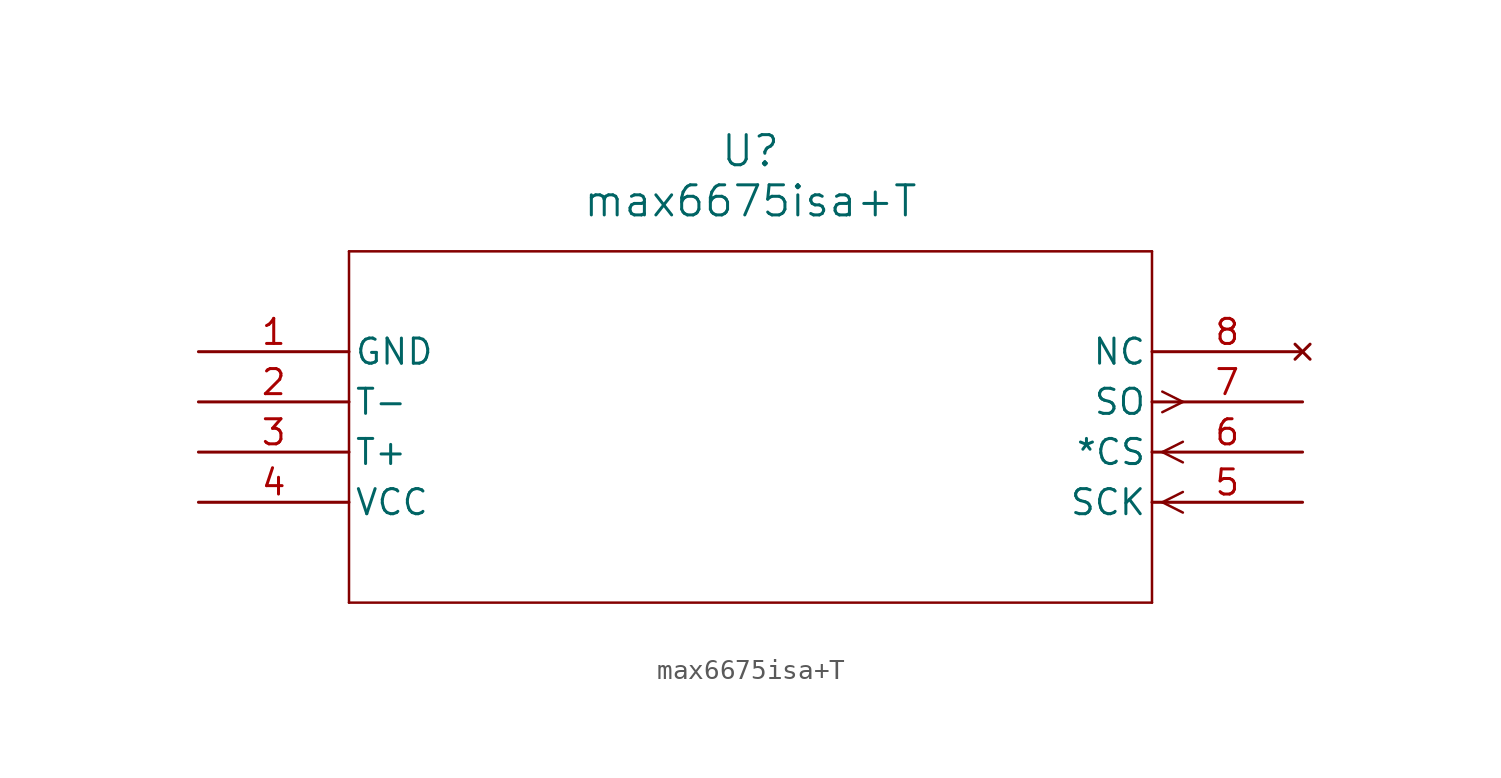
<source format=kicad_sym>
(kicad_symbol_lib
  (version 20211014)
  (generator kicad_symbol_editor)
  (symbol "max6675isa+T"
    (pin_names
      (offset 0.254))
    (property "Reference" "U"
      (at 27.94 10.16 0)
      (effects (font (size 1.524 1.524))))
    (property "Value" "max6675isa+T"
      (at 27.94 7.62 0)
      (effects (font (size 1.524 1.524))))
    (symbol "max6675isa+T_0_1"
      (polyline (pts (xy 48.781 -7.62) (xy 49.822 -7.099)) (stroke (width 0.127) (type default) (color 0 0 0 0)) (fill (type none)))
      (polyline (pts (xy 48.781 -7.62) (xy 49.822 -8.141)) (stroke (width 0.127) (type default) (color 0 0 0 0)) (fill (type none)))
      (polyline (pts (xy 48.781 -5.08) (xy 49.822 -4.559)) (stroke (width 0.127) (type default) (color 0 0 0 0)) (fill (type none)))
      (polyline (pts (xy 48.781 -5.08) (xy 49.822 -5.601)) (stroke (width 0.127) (type default) (color 0 0 0 0)) (fill (type none)))
      (polyline (pts (xy 48.781 -2.019) (xy 49.822 -2.54)) (stroke (width 0.127) (type default) (color 0 0 0 0)) (fill (type none)))
      (polyline (pts (xy 48.781 -3.061) (xy 49.822 -2.54)) (stroke (width 0.127) (type default) (color 0 0 0 0)) (fill (type none)))
      (polyline (pts (xy 7.62 5.08) (xy 7.62 -12.7)) (stroke (width 0.127) (type default) (color 0 0 0 0)) (fill (type none)))
      (polyline (pts (xy 7.62 -12.7) (xy 48.26 -12.7)) (stroke (width 0.127) (type default) (color 0 0 0 0)) (fill (type none)))
      (polyline (pts (xy 48.26 -12.7) (xy 48.26 5.08)) (stroke (width 0.127) (type default) (color 0 0 0 0)) (fill (type none)))
      (polyline (pts (xy 48.26 5.08) (xy 7.62 5.08)) (stroke (width 0.127) (type default) (color 0 0 0 0)) (fill (type none)))
      (pin power_in line (at 0 0 0) (length 7.62) (name "GND" (effects (font (size 1.27 1.27)))) (number "1" (effects (font (size 1.27 1.27)))))
      (pin unspecified line (at 0 -2.54 0) (length 7.62) (name "T-" (effects (font (size 1.27 1.27)))) (number "2" (effects (font (size 1.27 1.27)))))
      (pin unspecified line (at 0 -5.08 0) (length 7.62) (name "T+" (effects (font (size 1.27 1.27)))) (number "3" (effects (font (size 1.27 1.27)))))
      (pin power_in line (at 0 -7.62 0) (length 7.62) (name "VCC" (effects (font (size 1.27 1.27)))) (number "4" (effects (font (size 1.27 1.27)))))
      (pin input line (at 55.88 -7.62 180) (length 7.62) (name "SCK" (effects (font (size 1.27 1.27)))) (number "5" (effects (font (size 1.27 1.27)))))
      (pin input line (at 55.88 -5.08 180) (length 7.62) (name "*CS" (effects (font (size 1.27 1.27)))) (number "6" (effects (font (size 1.27 1.27)))))
      (pin output line (at 55.88 -2.54 180) (length 7.62) (name "SO" (effects (font (size 1.27 1.27)))) (number "7" (effects (font (size 1.27 1.27)))))
      (pin no_connect line (at 55.88 0 180) (length 7.62) (name "NC" (effects (font (size 1.27 1.27)))) (number "8" (effects (font (size 1.27 1.27))))))))
</source>
